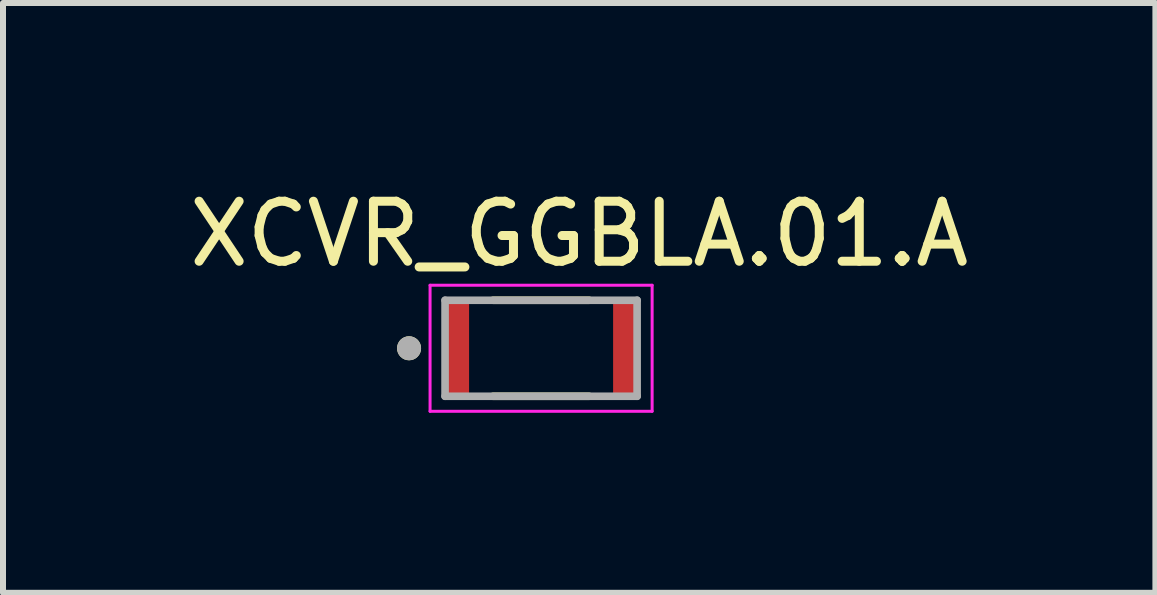
<source format=kicad_pcb>
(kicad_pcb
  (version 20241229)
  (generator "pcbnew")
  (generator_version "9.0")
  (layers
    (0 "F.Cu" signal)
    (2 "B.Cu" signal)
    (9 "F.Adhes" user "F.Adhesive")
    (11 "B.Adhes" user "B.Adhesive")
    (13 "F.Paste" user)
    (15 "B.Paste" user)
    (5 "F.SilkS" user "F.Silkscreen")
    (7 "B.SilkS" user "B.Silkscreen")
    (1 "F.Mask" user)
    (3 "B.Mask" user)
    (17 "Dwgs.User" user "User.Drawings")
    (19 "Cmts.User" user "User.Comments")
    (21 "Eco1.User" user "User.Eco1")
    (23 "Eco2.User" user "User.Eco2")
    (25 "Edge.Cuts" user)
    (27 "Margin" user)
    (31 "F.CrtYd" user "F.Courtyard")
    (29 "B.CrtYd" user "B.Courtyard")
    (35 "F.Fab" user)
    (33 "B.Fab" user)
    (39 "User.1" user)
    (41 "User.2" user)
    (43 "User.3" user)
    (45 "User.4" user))
  (footprint "XCVR_GGBLA.01.A"
    (layer "F.Cu")
    (at 5.966 2.753)
    (property "Reference" "XCVR_GGBLA.01.A" (at 0.635 -1.905 0) (layer "F.SilkS") (effects (font (size 1 1) (thickness 0.15))))
    (attr smd)
    (fp_line (start -0.8 -0.8) (end 0.8 -0.8) (stroke (width 0.127) (type solid)) (layer "F.SilkS"))
    (fp_line (start -0.8 0.8) (end 0.8 0.8) (stroke (width 0.127) (type solid)) (layer "F.SilkS"))
    (fp_circle (center -2.2 0) (end -2.1 0) (stroke (width 0.2) (type solid)) (fill no) (layer "F.SilkS"))
    (fp_line (start -1.85 -1.05) (end 1.85 -1.05) (stroke (width 0.05) (type solid)) (layer "F.CrtYd"))
    (fp_line (start -1.85 1.05) (end -1.85 -1.05) (stroke (width 0.05) (type solid)) (layer "F.CrtYd"))
    (fp_line (start 1.85 -1.05) (end 1.85 1.05) (stroke (width 0.05) (type solid)) (layer "F.CrtYd"))
    (fp_line (start 1.85 1.05) (end -1.85 1.05) (stroke (width 0.05) (type solid)) (layer "F.CrtYd"))
    (fp_line (start -1.6 -0.8) (end 1.6 -0.8) (stroke (width 0.127) (type solid)) (layer "F.Fab"))
    (fp_line (start -1.6 0.8) (end -1.6 -0.8) (stroke (width 0.127) (type solid)) (layer "F.Fab"))
    (fp_line (start 1.6 -0.8) (end 1.6 0.8) (stroke (width 0.127) (type solid)) (layer "F.Fab"))
    (fp_line (start 1.6 0.8) (end -1.6 0.8) (stroke (width 0.127) (type solid)) (layer "F.Fab"))
    (fp_circle (center -2.2 0) (end -2.1 0) (stroke (width 0.2) (type solid)) (fill no) (layer "F.Fab"))
    (pad "1" smd rect (at -1.4 0) (size 0.4 1.6) (layers "F.Cu" "F.Mask" "F.Paste"))
    (pad "2" smd rect (at 1.4 0) (size 0.4 1.6) (layers "F.Cu" "F.Mask" "F.Paste")))
  (gr_rect
    (start -3 -3)
    (end 16.202 6.828)
    (stroke (width 0.1) (type default))
    (fill no)
    (layer "Edge.Cuts")))
</source>
